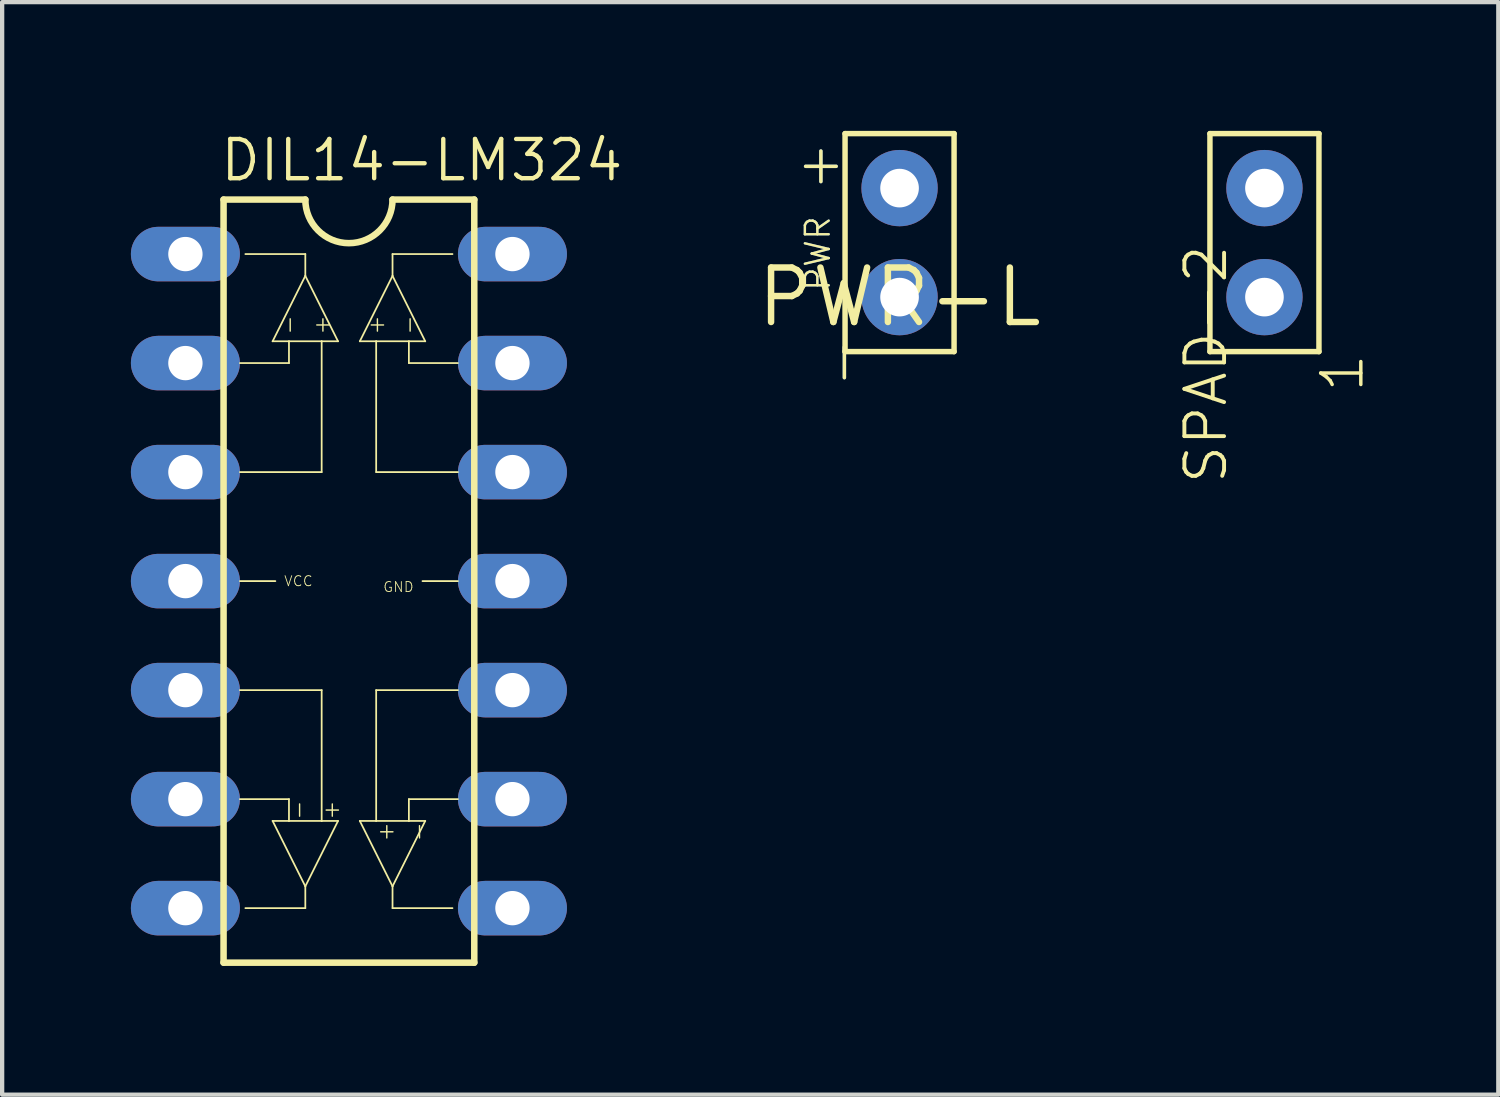
<source format=kicad_pcb>
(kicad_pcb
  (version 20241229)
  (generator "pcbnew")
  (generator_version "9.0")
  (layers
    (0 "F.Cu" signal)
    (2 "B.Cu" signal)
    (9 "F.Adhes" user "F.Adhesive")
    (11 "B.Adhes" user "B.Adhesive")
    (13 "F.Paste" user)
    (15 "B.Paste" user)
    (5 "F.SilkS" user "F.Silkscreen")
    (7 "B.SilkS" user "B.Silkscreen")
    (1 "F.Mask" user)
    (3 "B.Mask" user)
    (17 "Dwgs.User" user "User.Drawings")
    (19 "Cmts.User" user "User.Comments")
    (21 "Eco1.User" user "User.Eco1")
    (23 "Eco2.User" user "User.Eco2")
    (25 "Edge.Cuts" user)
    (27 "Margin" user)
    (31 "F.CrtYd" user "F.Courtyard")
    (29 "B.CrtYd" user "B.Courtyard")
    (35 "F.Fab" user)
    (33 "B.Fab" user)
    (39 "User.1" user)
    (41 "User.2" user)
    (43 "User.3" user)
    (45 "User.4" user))
  (footprint "DIL14-LM324"
    (layer "F.Cu")
    (at 5.08 10.49)
    (property "Reference" "DIL14-LM324" (at -3.048 -9.271 0) (layer "F.SilkS") (effects (font (size 0.914 0.914) (thickness 0.102)) (justify left bottom)))
    (fp_line (start -2.921 -8.89) (end -2.921 8.89) (stroke (width 0.152) (type solid)) (layer "F.SilkS"))
    (fp_line (start -2.921 -8.89) (end -1.016 -8.89) (stroke (width 0.152) (type solid)) (layer "F.SilkS"))
    (fp_line (start -2.54 -5.08) (end -1.397 -5.08) (stroke (width 0.041) (type solid)) (layer "F.SilkS"))
    (fp_line (start -2.54 -2.54) (end -0.635 -2.54) (stroke (width 0.041) (type solid)) (layer "F.SilkS"))
    (fp_line (start -2.54 0) (end -1.714 0) (stroke (width 0.041) (type solid)) (layer "F.SilkS"))
    (fp_line (start -2.54 2.54) (end -0.635 2.54) (stroke (width 0.041) (type solid)) (layer "F.SilkS"))
    (fp_line (start -2.54 5.08) (end -1.397 5.08) (stroke (width 0.041) (type solid)) (layer "F.SilkS"))
    (fp_line (start -1.778 -5.588) (end -1.397 -5.588) (stroke (width 0.041) (type solid)) (layer "F.SilkS"))
    (fp_line (start -1.778 5.588) (end -1.397 5.588) (stroke (width 0.041) (type solid)) (layer "F.SilkS"))
    (fp_line (start -1.397 -5.588) (end -0.635 -5.588) (stroke (width 0.041) (type solid)) (layer "F.SilkS"))
    (fp_line (start -1.397 -5.08) (end -1.397 -5.588) (stroke (width 0.041) (type solid)) (layer "F.SilkS"))
    (fp_line (start -1.397 5.08) (end -1.397 5.588) (stroke (width 0.041) (type solid)) (layer "F.SilkS"))
    (fp_line (start -1.397 5.588) (end -0.635 5.588) (stroke (width 0.041) (type solid)) (layer "F.SilkS"))
    (fp_line (start -1.016 -7.62) (end -2.413 -7.62) (stroke (width 0.041) (type solid)) (layer "F.SilkS"))
    (fp_line (start -1.016 -7.112) (end -1.778 -5.588) (stroke (width 0.041) (type solid)) (layer "F.SilkS"))
    (fp_line (start -1.016 -7.112) (end -1.016 -7.62) (stroke (width 0.041) (type solid)) (layer "F.SilkS"))
    (fp_line (start -1.016 7.112) (end -1.778 5.588) (stroke (width 0.041) (type solid)) (layer "F.SilkS"))
    (fp_line (start -1.016 7.112) (end -1.016 7.62) (stroke (width 0.041) (type solid)) (layer "F.SilkS"))
    (fp_line (start -1.016 7.62) (end -2.413 7.62) (stroke (width 0.041) (type solid)) (layer "F.SilkS"))
    (fp_line (start -0.635 -5.588) (end -0.254 -5.588) (stroke (width 0.041) (type solid)) (layer "F.SilkS"))
    (fp_line (start -0.635 -2.54) (end -0.635 -5.588) (stroke (width 0.041) (type solid)) (layer "F.SilkS"))
    (fp_line (start -0.635 2.54) (end -0.635 5.588) (stroke (width 0.041) (type solid)) (layer "F.SilkS"))
    (fp_line (start -0.635 5.588) (end -0.254 5.588) (stroke (width 0.041) (type solid)) (layer "F.SilkS"))
    (fp_line (start -0.254 -5.588) (end -1.016 -7.112) (stroke (width 0.041) (type solid)) (layer "F.SilkS"))
    (fp_line (start -0.254 5.588) (end -1.016 7.112) (stroke (width 0.041) (type solid)) (layer "F.SilkS"))
    (fp_line (start 0.254 -5.588) (end 1.016 -7.112) (stroke (width 0.041) (type solid)) (layer "F.SilkS"))
    (fp_line (start 0.254 5.588) (end 1.016 7.112) (stroke (width 0.041) (type solid)) (layer "F.SilkS"))
    (fp_line (start 0.635 -5.588) (end 0.254 -5.588) (stroke (width 0.041) (type solid)) (layer "F.SilkS"))
    (fp_line (start 0.635 -2.54) (end 0.635 -5.588) (stroke (width 0.041) (type solid)) (layer "F.SilkS"))
    (fp_line (start 0.635 2.54) (end 0.635 5.588) (stroke (width 0.041) (type solid)) (layer "F.SilkS"))
    (fp_line (start 0.635 5.588) (end 0.254 5.588) (stroke (width 0.041) (type solid)) (layer "F.SilkS"))
    (fp_line (start 1.016 -7.62) (end 2.413 -7.62) (stroke (width 0.041) (type solid)) (layer "F.SilkS"))
    (fp_line (start 1.016 -7.112) (end 1.016 -7.62) (stroke (width 0.041) (type solid)) (layer "F.SilkS"))
    (fp_line (start 1.016 -7.112) (end 1.778 -5.588) (stroke (width 0.041) (type solid)) (layer "F.SilkS"))
    (fp_line (start 1.016 7.112) (end 1.016 7.62) (stroke (width 0.041) (type solid)) (layer "F.SilkS"))
    (fp_line (start 1.016 7.112) (end 1.778 5.588) (stroke (width 0.041) (type solid)) (layer "F.SilkS"))
    (fp_line (start 1.016 7.62) (end 2.413 7.62) (stroke (width 0.041) (type solid)) (layer "F.SilkS"))
    (fp_line (start 1.397 -5.588) (end 0.635 -5.588) (stroke (width 0.041) (type solid)) (layer "F.SilkS"))
    (fp_line (start 1.397 -5.08) (end 1.397 -5.588) (stroke (width 0.041) (type solid)) (layer "F.SilkS"))
    (fp_line (start 1.397 5.08) (end 1.397 5.588) (stroke (width 0.041) (type solid)) (layer "F.SilkS"))
    (fp_line (start 1.397 5.588) (end 0.635 5.588) (stroke (width 0.041) (type solid)) (layer "F.SilkS"))
    (fp_line (start 1.778 -5.588) (end 1.397 -5.588) (stroke (width 0.041) (type solid)) (layer "F.SilkS"))
    (fp_line (start 1.778 5.588) (end 1.397 5.588) (stroke (width 0.041) (type solid)) (layer "F.SilkS"))
    (fp_line (start 2.54 -5.08) (end 1.397 -5.08) (stroke (width 0.041) (type solid)) (layer "F.SilkS"))
    (fp_line (start 2.54 -2.54) (end 0.635 -2.54) (stroke (width 0.041) (type solid)) (layer "F.SilkS"))
    (fp_line (start 2.54 0) (end 1.714 0) (stroke (width 0.041) (type solid)) (layer "F.SilkS"))
    (fp_line (start 2.54 2.54) (end 0.635 2.54) (stroke (width 0.041) (type solid)) (layer "F.SilkS"))
    (fp_line (start 2.54 5.08) (end 1.397 5.08) (stroke (width 0.041) (type solid)) (layer "F.SilkS"))
    (fp_line (start 2.921 -8.89) (end 1.016 -8.89) (stroke (width 0.152) (type solid)) (layer "F.SilkS"))
    (fp_line (start 2.921 8.89) (end -2.921 8.89) (stroke (width 0.152) (type solid)) (layer "F.SilkS"))
    (fp_line (start 2.921 8.89) (end 2.921 -8.89) (stroke (width 0.152) (type solid)) (layer "F.SilkS"))
    (fp_arc (start 1.016 -8.89) (mid 0 -7.874) (end -1.016 -8.89) (stroke (width 0.1524) (type solid)) (layer "F.SilkS"))
    (fp_text user "-" (at -1.397 5.588 270) (layer "F.SilkS") (effects (font (size 0.374 0.374) (thickness 0.033)) (justify right top mirror)))
    (fp_text user "+" (at -0.635 5.588 270) (layer "F.SilkS") (effects (font (size 0.374 0.374) (thickness 0.033)) (justify right top mirror)))
    (fp_text user "-" (at 1.397 -5.715 90) (layer "F.SilkS") (effects (font (size 0.374 0.374) (thickness 0.033)) (justify left)))
    (fp_text user "+" (at -0.635 -5.715 90) (layer "F.SilkS") (effects (font (size 0.374 0.374) (thickness 0.033)) (justify left)))
    (fp_text user "+" (at 0.635 -5.715 90) (layer "F.SilkS") (effects (font (size 0.374 0.374) (thickness 0.033)) (justify left)))
    (fp_text user "-" (at 1.397 5.588 90) (layer "F.SilkS") (effects (font (size 0.374 0.374) (thickness 0.033)) (justify right top)))
    (fp_text user "-" (at -1.397 -5.715 90) (layer "F.SilkS") (effects (font (size 0.374 0.374) (thickness 0.033)) (justify left)))
    (fp_text user "VCC" (at -1.524 0 0) (layer "F.SilkS") (effects (font (size 0.234 0.234) (thickness 0.02)) (justify left)))
    (fp_text user "+" (at 0.635 5.588 90) (layer "F.SilkS") (effects (font (size 0.374 0.374) (thickness 0.033)) (justify right top)))
    (fp_text user "GND" (at 1.524 0 0) (layer "F.SilkS") (effects (font (size 0.234 0.234) (thickness 0.02)) (justify right top)))
    (pad "1" thru_hole oval (at -3.81 -7.62) (size 2.54 1.27) (drill 0.8) (layers "*.Cu" "*.Mask"))
    (pad "2" thru_hole oval (at -3.81 -5.08) (size 2.54 1.27) (drill 0.8) (layers "*.Cu" "*.Mask"))
    (pad "3" thru_hole oval (at -3.81 -2.54) (size 2.54 1.27) (drill 0.8) (layers "*.Cu" "*.Mask"))
    (pad "4" thru_hole oval (at -3.81 0) (size 2.54 1.27) (drill 0.8) (layers "*.Cu" "*.Mask"))
    (pad "5" thru_hole oval (at -3.81 2.54) (size 2.54 1.27) (drill 0.8) (layers "*.Cu" "*.Mask"))
    (pad "6" thru_hole oval (at -3.81 5.08) (size 2.54 1.27) (drill 0.8) (layers "*.Cu" "*.Mask"))
    (pad "7" thru_hole oval (at -3.81 7.62) (size 2.54 1.27) (drill 0.8) (layers "*.Cu" "*.Mask"))
    (pad "8" thru_hole oval (at 3.81 7.62) (size 2.54 1.27) (drill 0.8) (layers "*.Cu" "*.Mask"))
    (pad "9" thru_hole oval (at 3.81 5.08) (size 2.54 1.27) (drill 0.8) (layers "*.Cu" "*.Mask"))
    (pad "10" thru_hole oval (at 3.81 2.54) (size 2.54 1.27) (drill 0.8) (layers "*.Cu" "*.Mask"))
    (pad "11" thru_hole oval (at 3.81 0) (size 2.54 1.27) (drill 0.8) (layers "*.Cu" "*.Mask"))
    (pad "12" thru_hole oval (at 3.81 -2.54) (size 2.54 1.27) (drill 0.8) (layers "*.Cu" "*.Mask"))
    (pad "13" thru_hole oval (at 3.81 -5.08) (size 2.54 1.27) (drill 0.8) (layers "*.Cu" "*.Mask"))
    (pad "14" thru_hole oval (at 3.81 -7.62) (size 2.54 1.27) (drill 0.8) (layers "*.Cu" "*.Mask")))
  (footprint "PWR-L"
    (layer "F.Cu")
    (at 17.91 3.873)
    (property "Reference" "PWR-L" (at 0 0 0) (layer "F.SilkS") (effects (font (size 1.27 1.27) (thickness 0.15))))
    (fp_line (start -1.27 -3.81) (end -1.27 1.27) (stroke (width 0.127) (type solid)) (layer "F.SilkS"))
    (fp_line (start -1.27 1.27) (end 1.27 1.27) (stroke (width 0.127) (type solid)) (layer "F.SilkS"))
    (fp_line (start 1.27 -3.81) (end -1.27 -3.81) (stroke (width 0.127) (type solid)) (layer "F.SilkS"))
    (fp_line (start 1.27 1.27) (end 1.27 -3.81) (stroke (width 0.127) (type solid)) (layer "F.SilkS"))
    (fp_text user "-" (at -1.905 0.889 90) (layer "B.Cu") (effects (font (size 0.935 0.935) (thickness 0.081)) (justify right top)))
    (fp_text user "+" (at -1.905 -3.048 90) (layer "B.Cu") (effects (font (size 0.935 0.935) (thickness 0.081))))
    (fp_text user "PWR" (at -1.905 -1.016 90) (layer "B.Cu") (effects (font (size 0.555 0.555) (thickness 0.055))))
    (fp_text user "PWR" (at -1.905 -1.016 90) (layer "F.SilkS") (effects (font (size 0.555 0.555) (thickness 0.055))))
    (fp_text user "-" (at -1.905 0.889 90) (layer "F.SilkS") (effects (font (size 0.935 0.935) (thickness 0.081)) (justify right top)))
    (fp_text user "+" (at -1.905 -3.048 90) (layer "F.SilkS") (effects (font (size 0.935 0.935) (thickness 0.081))))
    (pad "1" thru_hole circle (at 0 0 180) (size 1.778 1.778) (drill 0.9) (layers "*.Cu"))
    (pad "2" thru_hole circle (at 0 -2.54 180) (size 1.778 1.778) (drill 0.9) (layers "*.Cu")))
  (footprint "SPAD-2"
    (layer "F.Cu")
    (at 26.412 2.603)
    (property "Reference" "SPAD-2" (at -1.905 0 90) (layer "F.SilkS") (effects (font (size 0.925 0.925) (thickness 0.091)) (justify right top)))
    (fp_line (start -1.27 -2.54) (end -1.27 2.54) (stroke (width 0.127) (type solid)) (layer "F.SilkS"))
    (fp_line (start -1.27 2.54) (end 1.27 2.54) (stroke (width 0.127) (type solid)) (layer "F.SilkS"))
    (fp_line (start 1.27 -2.54) (end -1.27 -2.54) (stroke (width 0.127) (type solid)) (layer "F.SilkS"))
    (fp_line (start 1.27 2.54) (end 1.27 -2.54) (stroke (width 0.127) (type solid)) (layer "F.SilkS"))
    (fp_text user "1" (at 1.27 2.54 90) (layer "F.SilkS") (effects (font (size 0.935 0.935) (thickness 0.081)) (justify right top)))
    (pad "1" thru_hole circle (at 0 1.27) (size 1.778 1.778) (drill 0.9) (layers "*.Cu"))
    (pad "2" thru_hole circle (at 0 -1.27) (size 1.778 1.778) (drill 0.9) (layers "*.Cu")))
  (gr_rect
    (start -3 -3)
    (end 31.861 22.456)
    (stroke (width 0.1) (type default))
    (fill no)
    (layer "Edge.Cuts")))
</source>
